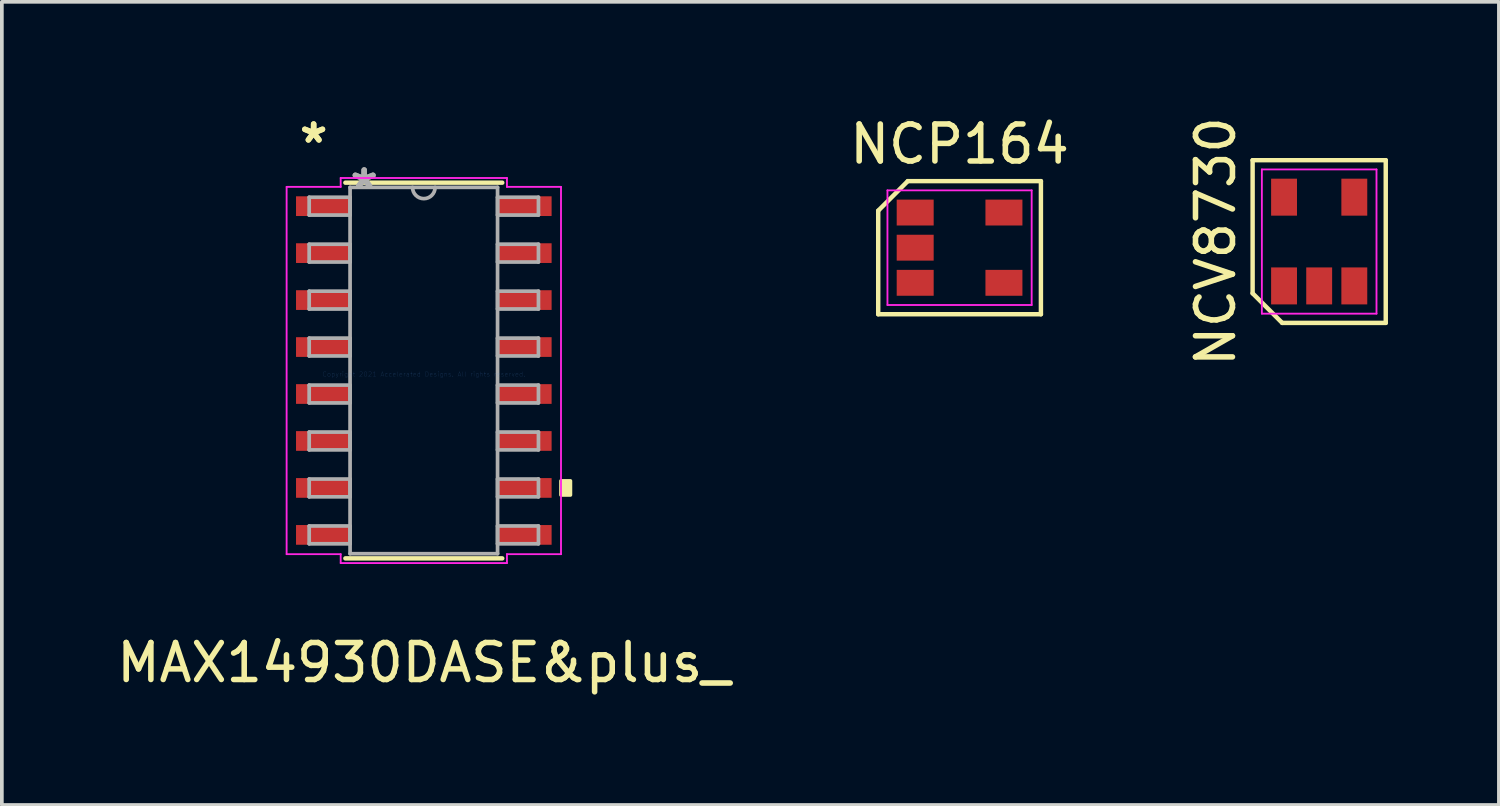
<source format=kicad_pcb>
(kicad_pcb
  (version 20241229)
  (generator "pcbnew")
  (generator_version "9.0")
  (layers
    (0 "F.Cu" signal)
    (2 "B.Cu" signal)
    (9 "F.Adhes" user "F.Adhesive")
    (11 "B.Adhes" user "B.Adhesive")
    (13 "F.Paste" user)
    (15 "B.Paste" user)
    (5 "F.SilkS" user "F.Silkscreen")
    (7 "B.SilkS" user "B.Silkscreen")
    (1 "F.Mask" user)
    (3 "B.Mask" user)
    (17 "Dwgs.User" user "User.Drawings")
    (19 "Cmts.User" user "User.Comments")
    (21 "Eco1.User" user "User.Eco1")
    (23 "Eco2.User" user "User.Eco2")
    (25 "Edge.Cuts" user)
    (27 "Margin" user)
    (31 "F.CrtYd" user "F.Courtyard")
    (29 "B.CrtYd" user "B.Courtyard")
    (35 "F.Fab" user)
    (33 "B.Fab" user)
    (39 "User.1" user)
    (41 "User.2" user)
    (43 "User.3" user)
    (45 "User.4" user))
  (footprint "NCP164"
    (layer "F.Cu")
    (at 22.899 3.648)
    (property "Reference" "NCP164" (at 0 -2.8 0) (layer "F.SilkS") (effects (font (size 1 1) (thickness 0.15))))
    (attr smd)
    (fp_line (start -2.2 -1) (end -1.4 -1.8) (stroke (width 0.12) (type solid)) (layer "F.SilkS"))
    (fp_line (start -2.2 1.8) (end -2.2 -1) (stroke (width 0.12) (type solid)) (layer "F.SilkS"))
    (fp_line (start -1.4 -1.8) (end 2.2 -1.8) (stroke (width 0.12) (type solid)) (layer "F.SilkS"))
    (fp_line (start 2.2 -1.8) (end 2.2 1.8) (stroke (width 0.12) (type solid)) (layer "F.SilkS"))
    (fp_line (start 2.2 1.8) (end -2.2 1.8) (stroke (width 0.12) (type solid)) (layer "F.SilkS"))
    (fp_line (start -1.95 -1.55) (end 1.95 -1.55) (stroke (width 0.05) (type solid)) (layer "F.CrtYd"))
    (fp_line (start -1.95 1.55) (end -1.95 -1.55) (stroke (width 0.05) (type solid)) (layer "F.CrtYd"))
    (fp_line (start 1.95 -1.55) (end 1.95 1.55) (stroke (width 0.05) (type solid)) (layer "F.CrtYd"))
    (fp_line (start 1.95 1.55) (end -1.95 1.55) (stroke (width 0.05) (type solid)) (layer "F.CrtYd"))
    (pad "1" smd rect (at -1.2 -0.95 270) (size 0.7 1) (layers "F.Cu" "F.Mask" "F.Paste"))
    (pad "2" smd rect (at -1.2 0 270) (size 0.7 1) (layers "F.Cu" "F.Mask" "F.Paste"))
    (pad "3" smd rect (at -1.2 0.95 270) (size 0.7 1) (layers "F.Cu" "F.Mask" "F.Paste"))
    (pad "4" smd rect (at 1.2 0.95 270) (size 0.7 1) (layers "F.Cu" "F.Mask" "F.Paste"))
    (pad "5" smd rect (at 1.2 -0.95 270) (size 0.7 1) (layers "F.Cu" "F.Mask" "F.Paste")))
  (footprint "NCV8730"
    (layer "F.Cu")
    (at 32.624 3.482)
    (property "Reference" "NCV8730" (at -2.8 0 90) (layer "F.SilkS") (effects (font (size 1 1) (thickness 0.15))))
    (attr smd)
    (fp_line (start -1.8 -2.2) (end 1.8 -2.2) (stroke (width 0.12) (type solid)) (layer "F.SilkS"))
    (fp_line (start -1.8 1.4) (end -1.8 -2.2) (stroke (width 0.12) (type solid)) (layer "F.SilkS"))
    (fp_line (start -1 2.2) (end -1.8 1.4) (stroke (width 0.12) (type solid)) (layer "F.SilkS"))
    (fp_line (start 1.8 -2.2) (end 1.8 2.2) (stroke (width 0.12) (type solid)) (layer "F.SilkS"))
    (fp_line (start 1.8 2.2) (end -1 2.2) (stroke (width 0.12) (type solid)) (layer "F.SilkS"))
    (fp_line (start -1.55 -1.95) (end 1.55 -1.95) (stroke (width 0.05) (type solid)) (layer "F.CrtYd"))
    (fp_line (start -1.55 1.95) (end -1.55 -1.95) (stroke (width 0.05) (type solid)) (layer "F.CrtYd"))
    (fp_line (start 1.55 -1.95) (end 1.55 1.95) (stroke (width 0.05) (type solid)) (layer "F.CrtYd"))
    (fp_line (start 1.55 1.95) (end -1.55 1.95) (stroke (width 0.05) (type solid)) (layer "F.CrtYd"))
    (pad "1" smd rect (at -0.95 1.2) (size 0.7 1) (layers "F.Cu" "F.Mask" "F.Paste"))
    (pad "2" smd rect (at 0 1.2) (size 0.7 1) (layers "F.Cu" "F.Mask" "F.Paste"))
    (pad "3" smd rect (at 0.95 1.2) (size 0.7 1) (layers "F.Cu" "F.Mask" "F.Paste"))
    (pad "4" smd rect (at 0.95 -1.2) (size 0.7 1) (layers "F.Cu" "F.Mask" "F.Paste"))
    (pad "5" smd rect (at -0.95 -1.2) (size 0.7 1) (layers "F.Cu" "F.Mask" "F.Paste")))
  (footprint "MAX14930DASE&plus_"
    (layer "F.Cu")
    (at 8.411 6.97)
    (property "Reference" "MAX14930DASE&plus_" (at 0 7.9 0) (layer "F.SilkS") (effects (font (size 1 1) (thickness 0.15))))
    (attr through_hole)
    (fp_line (start -2.121 5.08) (end 2.121 5.08) (stroke (width 0.12) (type solid)) (layer "F.SilkS"))
    (fp_line (start 2.121 -5.08) (end -2.121 -5.08) (stroke (width 0.12) (type solid)) (layer "F.SilkS"))
    (fp_poly (pts (xy 3.964 2.985) (xy 3.964 3.365) (xy 3.71 3.365) (xy 3.71 2.985)) (stroke (width 0.1) (type solid)) (fill yes) (layer "F.SilkS"))
    (fp_line (start -3.71 -4.966) (end -2.248 -4.966) (stroke (width 0.05) (type solid)) (layer "F.CrtYd"))
    (fp_line (start -3.71 4.966) (end -3.71 -4.966) (stroke (width 0.05) (type solid)) (layer "F.CrtYd"))
    (fp_line (start -2.248 -5.207) (end 2.248 -5.207) (stroke (width 0.05) (type solid)) (layer "F.CrtYd"))
    (fp_line (start -2.248 -4.966) (end -2.248 -5.207) (stroke (width 0.05) (type solid)) (layer "F.CrtYd"))
    (fp_line (start -2.248 4.966) (end -3.71 4.966) (stroke (width 0.05) (type solid)) (layer "F.CrtYd"))
    (fp_line (start -2.248 5.207) (end -2.248 4.966) (stroke (width 0.05) (type solid)) (layer "F.CrtYd"))
    (fp_line (start 2.248 -5.207) (end 2.248 -4.966) (stroke (width 0.05) (type solid)) (layer "F.CrtYd"))
    (fp_line (start 2.248 -4.966) (end 3.71 -4.966) (stroke (width 0.05) (type solid)) (layer "F.CrtYd"))
    (fp_line (start 2.248 4.966) (end 2.248 5.207) (stroke (width 0.05) (type solid)) (layer "F.CrtYd"))
    (fp_line (start 2.248 5.207) (end -2.248 5.207) (stroke (width 0.05) (type solid)) (layer "F.CrtYd"))
    (fp_line (start 3.71 -4.966) (end 3.71 4.966) (stroke (width 0.05) (type solid)) (layer "F.CrtYd"))
    (fp_line (start 3.71 4.966) (end 2.248 4.966) (stroke (width 0.05) (type solid)) (layer "F.CrtYd"))
    (fp_line (start -3.1 -4.686) (end -3.1 -4.204) (stroke (width 0.1) (type solid)) (layer "F.Fab"))
    (fp_line (start -3.1 -4.204) (end -1.994 -4.204) (stroke (width 0.1) (type solid)) (layer "F.Fab"))
    (fp_line (start -3.1 -3.416) (end -3.1 -2.934) (stroke (width 0.1) (type solid)) (layer "F.Fab"))
    (fp_line (start -3.1 -2.934) (end -1.994 -2.934) (stroke (width 0.1) (type solid)) (layer "F.Fab"))
    (fp_line (start -3.1 -2.146) (end -3.1 -1.664) (stroke (width 0.1) (type solid)) (layer "F.Fab"))
    (fp_line (start -3.1 -1.664) (end -1.994 -1.664) (stroke (width 0.1) (type solid)) (layer "F.Fab"))
    (fp_line (start -3.1 -0.876) (end -3.1 -0.394) (stroke (width 0.1) (type solid)) (layer "F.Fab"))
    (fp_line (start -3.1 -0.394) (end -1.994 -0.394) (stroke (width 0.1) (type solid)) (layer "F.Fab"))
    (fp_line (start -3.1 0.394) (end -3.1 0.876) (stroke (width 0.1) (type solid)) (layer "F.Fab"))
    (fp_line (start -3.1 0.876) (end -1.994 0.876) (stroke (width 0.1) (type solid)) (layer "F.Fab"))
    (fp_line (start -3.1 1.664) (end -3.1 2.146) (stroke (width 0.1) (type solid)) (layer "F.Fab"))
    (fp_line (start -3.1 2.146) (end -1.994 2.146) (stroke (width 0.1) (type solid)) (layer "F.Fab"))
    (fp_line (start -3.1 2.934) (end -3.1 3.416) (stroke (width 0.1) (type solid)) (layer "F.Fab"))
    (fp_line (start -3.1 3.416) (end -1.994 3.416) (stroke (width 0.1) (type solid)) (layer "F.Fab"))
    (fp_line (start -3.1 4.204) (end -3.1 4.686) (stroke (width 0.1) (type solid)) (layer "F.Fab"))
    (fp_line (start -3.1 4.686) (end -1.994 4.686) (stroke (width 0.1) (type solid)) (layer "F.Fab"))
    (fp_line (start -1.994 -4.953) (end -1.994 4.953) (stroke (width 0.1) (type solid)) (layer "F.Fab"))
    (fp_line (start -1.994 -4.686) (end -3.1 -4.686) (stroke (width 0.1) (type solid)) (layer "F.Fab"))
    (fp_line (start -1.994 -4.204) (end -1.994 -4.686) (stroke (width 0.1) (type solid)) (layer "F.Fab"))
    (fp_line (start -1.994 -3.416) (end -3.1 -3.416) (stroke (width 0.1) (type solid)) (layer "F.Fab"))
    (fp_line (start -1.994 -2.934) (end -1.994 -3.416) (stroke (width 0.1) (type solid)) (layer "F.Fab"))
    (fp_line (start -1.994 -2.146) (end -3.1 -2.146) (stroke (width 0.1) (type solid)) (layer "F.Fab"))
    (fp_line (start -1.994 -1.664) (end -1.994 -2.146) (stroke (width 0.1) (type solid)) (layer "F.Fab"))
    (fp_line (start -1.994 -0.876) (end -3.1 -0.876) (stroke (width 0.1) (type solid)) (layer "F.Fab"))
    (fp_line (start -1.994 -0.394) (end -1.994 -0.876) (stroke (width 0.1) (type solid)) (layer "F.Fab"))
    (fp_line (start -1.994 0.394) (end -3.1 0.394) (stroke (width 0.1) (type solid)) (layer "F.Fab"))
    (fp_line (start -1.994 0.876) (end -1.994 0.394) (stroke (width 0.1) (type solid)) (layer "F.Fab"))
    (fp_line (start -1.994 1.664) (end -3.1 1.664) (stroke (width 0.1) (type solid)) (layer "F.Fab"))
    (fp_line (start -1.994 2.146) (end -1.994 1.664) (stroke (width 0.1) (type solid)) (layer "F.Fab"))
    (fp_line (start -1.994 2.934) (end -3.1 2.934) (stroke (width 0.1) (type solid)) (layer "F.Fab"))
    (fp_line (start -1.994 3.416) (end -1.994 2.934) (stroke (width 0.1) (type solid)) (layer "F.Fab"))
    (fp_line (start -1.994 4.204) (end -3.1 4.204) (stroke (width 0.1) (type solid)) (layer "F.Fab"))
    (fp_line (start -1.994 4.686) (end -1.994 4.204) (stroke (width 0.1) (type solid)) (layer "F.Fab"))
    (fp_line (start -1.994 4.953) (end 1.994 4.953) (stroke (width 0.1) (type solid)) (layer "F.Fab"))
    (fp_line (start 1.994 -4.953) (end -1.994 -4.953) (stroke (width 0.1) (type solid)) (layer "F.Fab"))
    (fp_line (start 1.994 -4.686) (end 1.994 -4.204) (stroke (width 0.1) (type solid)) (layer "F.Fab"))
    (fp_line (start 1.994 -4.204) (end 3.1 -4.204) (stroke (width 0.1) (type solid)) (layer "F.Fab"))
    (fp_line (start 1.994 -3.416) (end 1.994 -2.934) (stroke (width 0.1) (type solid)) (layer "F.Fab"))
    (fp_line (start 1.994 -2.934) (end 3.1 -2.934) (stroke (width 0.1) (type solid)) (layer "F.Fab"))
    (fp_line (start 1.994 -2.146) (end 1.994 -1.664) (stroke (width 0.1) (type solid)) (layer "F.Fab"))
    (fp_line (start 1.994 -1.664) (end 3.1 -1.664) (stroke (width 0.1) (type solid)) (layer "F.Fab"))
    (fp_line (start 1.994 -0.876) (end 1.994 -0.394) (stroke (width 0.1) (type solid)) (layer "F.Fab"))
    (fp_line (start 1.994 -0.394) (end 3.1 -0.394) (stroke (width 0.1) (type solid)) (layer "F.Fab"))
    (fp_line (start 1.994 0.394) (end 1.994 0.876) (stroke (width 0.1) (type solid)) (layer "F.Fab"))
    (fp_line (start 1.994 0.876) (end 3.1 0.876) (stroke (width 0.1) (type solid)) (layer "F.Fab"))
    (fp_line (start 1.994 1.664) (end 1.994 2.146) (stroke (width 0.1) (type solid)) (layer "F.Fab"))
    (fp_line (start 1.994 2.146) (end 3.1 2.146) (stroke (width 0.1) (type solid)) (layer "F.Fab"))
    (fp_line (start 1.994 2.934) (end 1.994 3.416) (stroke (width 0.1) (type solid)) (layer "F.Fab"))
    (fp_line (start 1.994 3.416) (end 3.1 3.416) (stroke (width 0.1) (type solid)) (layer "F.Fab"))
    (fp_line (start 1.994 4.204) (end 1.994 4.686) (stroke (width 0.1) (type solid)) (layer "F.Fab"))
    (fp_line (start 1.994 4.686) (end 3.1 4.686) (stroke (width 0.1) (type solid)) (layer "F.Fab"))
    (fp_line (start 1.994 4.953) (end 1.994 -4.953) (stroke (width 0.1) (type solid)) (layer "F.Fab"))
    (fp_line (start 3.1 -4.686) (end 1.994 -4.686) (stroke (width 0.1) (type solid)) (layer "F.Fab"))
    (fp_line (start 3.1 -4.204) (end 3.1 -4.686) (stroke (width 0.1) (type solid)) (layer "F.Fab"))
    (fp_line (start 3.1 -3.416) (end 1.994 -3.416) (stroke (width 0.1) (type solid)) (layer "F.Fab"))
    (fp_line (start 3.1 -2.934) (end 3.1 -3.416) (stroke (width 0.1) (type solid)) (layer "F.Fab"))
    (fp_line (start 3.1 -2.146) (end 1.994 -2.146) (stroke (width 0.1) (type solid)) (layer "F.Fab"))
    (fp_line (start 3.1 -1.664) (end 3.1 -2.146) (stroke (width 0.1) (type solid)) (layer "F.Fab"))
    (fp_line (start 3.1 -0.876) (end 1.994 -0.876) (stroke (width 0.1) (type solid)) (layer "F.Fab"))
    (fp_line (start 3.1 -0.394) (end 3.1 -0.876) (stroke (width 0.1) (type solid)) (layer "F.Fab"))
    (fp_line (start 3.1 0.394) (end 1.994 0.394) (stroke (width 0.1) (type solid)) (layer "F.Fab"))
    (fp_line (start 3.1 0.876) (end 3.1 0.394) (stroke (width 0.1) (type solid)) (layer "F.Fab"))
    (fp_line (start 3.1 1.664) (end 1.994 1.664) (stroke (width 0.1) (type solid)) (layer "F.Fab"))
    (fp_line (start 3.1 2.146) (end 3.1 1.664) (stroke (width 0.1) (type solid)) (layer "F.Fab"))
    (fp_line (start 3.1 2.934) (end 1.994 2.934) (stroke (width 0.1) (type solid)) (layer "F.Fab"))
    (fp_line (start 3.1 3.416) (end 3.1 2.934) (stroke (width 0.1) (type solid)) (layer "F.Fab"))
    (fp_line (start 3.1 4.204) (end 1.994 4.204) (stroke (width 0.1) (type solid)) (layer "F.Fab"))
    (fp_line (start 3.1 4.686) (end 3.1 4.204) (stroke (width 0.1) (type solid)) (layer "F.Fab"))
    (fp_arc (start 0.3048 -4.953) (mid 0 -4.6482) (end -0.3048 -4.953) (stroke (width 0.1) (type solid)) (layer "F.Fab"))
    (fp_text user "*" (at -2.979 -6.121 0) (layer "F.SilkS") (effects (font (size 1 1) (thickness 0.15))))
    (fp_text user "*" (at -2.979 -6.121 0) (layer "F.SilkS") (effects (font (size 1 1) (thickness 0.15))))
    (fp_text user "Copyright 2021 Accelerated Designs. All rights reserved." (at 0 0.1 0) (layer "Cmts.User") (effects (font (size 0.127 0.127) (thickness 0.002))))
    (fp_text user "*" (at -1.613 -4.877 0) (layer "F.Fab") (effects (font (size 1 1) (thickness 0.15))))
    (fp_text user "*" (at -1.613 -4.877 0) (layer "F.Fab") (effects (font (size 1 1) (thickness 0.15))))
    (pad "1" smd rect (at -2.725 -4.445) (size 1.462 0.533) (layers "F.Cu" "F.Mask" "F.Paste"))
    (pad "2" smd rect (at -2.725 -3.175) (size 1.462 0.533) (layers "F.Cu" "F.Mask" "F.Paste"))
    (pad "3" smd rect (at -2.725 -1.905) (size 1.462 0.533) (layers "F.Cu" "F.Mask" "F.Paste"))
    (pad "4" smd rect (at -2.725 -0.635) (size 1.462 0.533) (layers "F.Cu" "F.Mask" "F.Paste"))
    (pad "5" smd rect (at -2.725 0.635) (size 1.462 0.533) (layers "F.Cu" "F.Mask" "F.Paste"))
    (pad "6" smd rect (at -2.725 1.905) (size 1.462 0.533) (layers "F.Cu" "F.Mask" "F.Paste"))
    (pad "7" smd rect (at -2.725 3.175) (size 1.462 0.533) (layers "F.Cu" "F.Mask" "F.Paste"))
    (pad "8" smd rect (at -2.725 4.445) (size 1.462 0.533) (layers "F.Cu" "F.Mask" "F.Paste"))
    (pad "9" smd rect (at 2.725 4.445) (size 1.462 0.533) (layers "F.Cu" "F.Mask" "F.Paste"))
    (pad "10" smd rect (at 2.725 3.175) (size 1.462 0.533) (layers "F.Cu" "F.Mask" "F.Paste"))
    (pad "11" smd rect (at 2.725 1.905) (size 1.462 0.533) (layers "F.Cu" "F.Mask" "F.Paste"))
    (pad "12" smd rect (at 2.725 0.635) (size 1.462 0.533) (layers "F.Cu" "F.Mask" "F.Paste"))
    (pad "13" smd rect (at 2.725 -0.635) (size 1.462 0.533) (layers "F.Cu" "F.Mask" "F.Paste"))
    (pad "14" smd rect (at 2.725 -1.905) (size 1.462 0.533) (layers "F.Cu" "F.Mask" "F.Paste"))
    (pad "15" smd rect (at 2.725 -3.175) (size 1.462 0.533) (layers "F.Cu" "F.Mask" "F.Paste"))
    (pad "16" smd rect (at 2.725 -4.445) (size 1.462 0.533) (layers "F.Cu" "F.Mask" "F.Paste")))
  (gr_rect
    (start -3 -3)
    (end 37.484 18.718)
    (stroke (width 0.1) (type default))
    (fill no)
    (layer "Edge.Cuts")))
</source>
